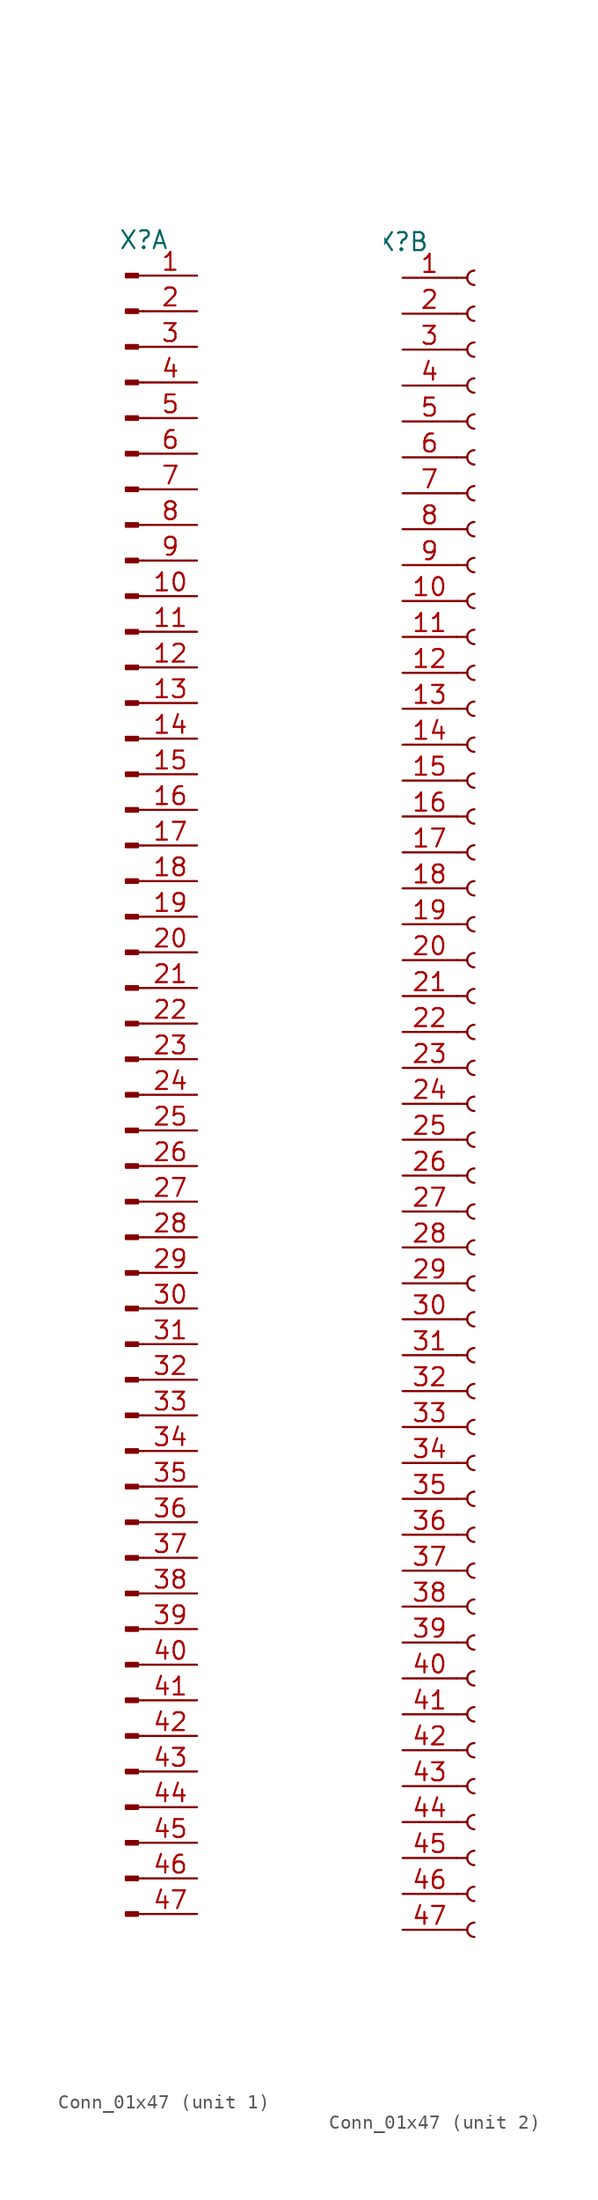
<source format=kicad_sym>
(kicad_symbol_lib
  (version 20241209)
  (generator "kicad_symbol_editor")
  (generator_version "9.0")
  (symbol "Conn_01x47"
    (pin_names
      (offset 1.016)
      (hide yes))
    (property "Reference" "X"
      (at 0 60.96 0)
      (effects (font (size 1.27 1.27))))
    (property "ki_locked" ""
      (at 0 0 0)
      (effects (font (size 1.27 1.27))))
    (symbol "Conn_01x47_1_1"
      (rectangle (start -0.406 58.547) (end -1.27 58.293) (stroke (width 0.152) (type default)) (fill (type outline)))
      (rectangle (start -0.406 56.007) (end -1.27 55.753) (stroke (width 0.152) (type default)) (fill (type outline)))
      (rectangle (start -0.406 53.467) (end -1.27 53.213) (stroke (width 0.152) (type default)) (fill (type outline)))
      (rectangle (start -0.406 50.927) (end -1.27 50.673) (stroke (width 0.152) (type default)) (fill (type outline)))
      (rectangle (start -0.406 48.387) (end -1.27 48.133) (stroke (width 0.152) (type default)) (fill (type outline)))
      (rectangle (start -0.406 45.847) (end -1.27 45.593) (stroke (width 0.152) (type default)) (fill (type outline)))
      (rectangle (start -0.406 43.307) (end -1.27 43.053) (stroke (width 0.152) (type default)) (fill (type outline)))
      (rectangle (start -0.406 40.767) (end -1.27 40.513) (stroke (width 0.152) (type default)) (fill (type outline)))
      (rectangle (start -0.406 38.227) (end -1.27 37.973) (stroke (width 0.152) (type default)) (fill (type outline)))
      (rectangle (start -0.406 35.687) (end -1.27 35.433) (stroke (width 0.152) (type default)) (fill (type outline)))
      (rectangle (start -0.406 33.147) (end -1.27 32.893) (stroke (width 0.152) (type default)) (fill (type outline)))
      (rectangle (start -0.406 30.607) (end -1.27 30.353) (stroke (width 0.152) (type default)) (fill (type outline)))
      (rectangle (start -0.406 28.067) (end -1.27 27.813) (stroke (width 0.152) (type default)) (fill (type outline)))
      (rectangle (start -0.406 25.527) (end -1.27 25.273) (stroke (width 0.152) (type default)) (fill (type outline)))
      (rectangle (start -0.406 22.987) (end -1.27 22.733) (stroke (width 0.152) (type default)) (fill (type outline)))
      (rectangle (start -0.406 20.447) (end -1.27 20.193) (stroke (width 0.152) (type default)) (fill (type outline)))
      (rectangle (start -0.406 17.907) (end -1.27 17.653) (stroke (width 0.152) (type default)) (fill (type outline)))
      (rectangle (start -0.406 15.367) (end -1.27 15.113) (stroke (width 0.152) (type default)) (fill (type outline)))
      (rectangle (start -0.406 12.827) (end -1.27 12.573) (stroke (width 0.152) (type default)) (fill (type outline)))
      (rectangle (start -0.406 10.287) (end -1.27 10.033) (stroke (width 0.152) (type default)) (fill (type outline)))
      (rectangle (start -0.406 7.747) (end -1.27 7.493) (stroke (width 0.152) (type default)) (fill (type outline)))
      (rectangle (start -0.406 5.207) (end -1.27 4.953) (stroke (width 0.152) (type default)) (fill (type outline)))
      (rectangle (start -0.406 2.667) (end -1.27 2.413) (stroke (width 0.152) (type default)) (fill (type outline)))
      (rectangle (start -0.406 0.127) (end -1.27 -0.127) (stroke (width 0.152) (type default)) (fill (type outline)))
      (rectangle (start -0.406 -2.413) (end -1.27 -2.667) (stroke (width 0.152) (type default)) (fill (type outline)))
      (rectangle (start -0.406 -4.953) (end -1.27 -5.207) (stroke (width 0.152) (type default)) (fill (type outline)))
      (rectangle (start -0.406 -7.493) (end -1.27 -7.747) (stroke (width 0.152) (type default)) (fill (type outline)))
      (rectangle (start -0.406 -10.033) (end -1.27 -10.287) (stroke (width 0.152) (type default)) (fill (type outline)))
      (rectangle (start -0.406 -12.573) (end -1.27 -12.827) (stroke (width 0.152) (type default)) (fill (type outline)))
      (rectangle (start -0.406 -15.113) (end -1.27 -15.367) (stroke (width 0.152) (type default)) (fill (type outline)))
      (rectangle (start -0.406 -17.653) (end -1.27 -17.907) (stroke (width 0.152) (type default)) (fill (type outline)))
      (rectangle (start -0.406 -20.193) (end -1.27 -20.447) (stroke (width 0.152) (type default)) (fill (type outline)))
      (rectangle (start -0.406 -22.733) (end -1.27 -22.987) (stroke (width 0.152) (type default)) (fill (type outline)))
      (rectangle (start -0.406 -25.273) (end -1.27 -25.527) (stroke (width 0.152) (type default)) (fill (type outline)))
      (rectangle (start -0.406 -27.813) (end -1.27 -28.067) (stroke (width 0.152) (type default)) (fill (type outline)))
      (rectangle (start -0.406 -30.353) (end -1.27 -30.607) (stroke (width 0.152) (type default)) (fill (type outline)))
      (rectangle (start -0.406 -32.893) (end -1.27 -33.147) (stroke (width 0.152) (type default)) (fill (type outline)))
      (rectangle (start -0.406 -35.433) (end -1.27 -35.687) (stroke (width 0.152) (type default)) (fill (type outline)))
      (rectangle (start -0.406 -37.973) (end -1.27 -38.227) (stroke (width 0.152) (type default)) (fill (type outline)))
      (rectangle (start -0.406 -40.513) (end -1.27 -40.767) (stroke (width 0.152) (type default)) (fill (type outline)))
      (rectangle (start -0.406 -43.053) (end -1.27 -43.307) (stroke (width 0.152) (type default)) (fill (type outline)))
      (rectangle (start -0.406 -45.593) (end -1.27 -45.847) (stroke (width 0.152) (type default)) (fill (type outline)))
      (rectangle (start -0.406 -48.133) (end -1.27 -48.387) (stroke (width 0.152) (type default)) (fill (type outline)))
      (rectangle (start -0.406 -50.673) (end -1.27 -50.927) (stroke (width 0.152) (type default)) (fill (type outline)))
      (rectangle (start -0.406 -53.213) (end -1.27 -53.467) (stroke (width 0.152) (type default)) (fill (type outline)))
      (rectangle (start -0.406 -55.753) (end -1.27 -56.007) (stroke (width 0.152) (type default)) (fill (type outline)))
      (rectangle (start -0.406 -58.293) (end -1.27 -58.547) (stroke (width 0.152) (type default)) (fill (type outline)))
      (polyline (pts (xy 0 58.42) (xy -0.406 58.42)) (stroke (width 0.152) (type default)) (fill (type none)))
      (polyline (pts (xy 0 55.88) (xy -0.406 55.88)) (stroke (width 0.152) (type default)) (fill (type none)))
      (polyline (pts (xy 0 53.34) (xy -0.406 53.34)) (stroke (width 0.152) (type default)) (fill (type none)))
      (polyline (pts (xy 0 50.8) (xy -0.406 50.8)) (stroke (width 0.152) (type default)) (fill (type none)))
      (polyline (pts (xy 0 48.26) (xy -0.406 48.26)) (stroke (width 0.152) (type default)) (fill (type none)))
      (polyline (pts (xy 0 45.72) (xy -0.406 45.72)) (stroke (width 0.152) (type default)) (fill (type none)))
      (polyline (pts (xy 0 43.18) (xy -0.406 43.18)) (stroke (width 0.152) (type default)) (fill (type none)))
      (polyline (pts (xy 0 40.64) (xy -0.406 40.64)) (stroke (width 0.152) (type default)) (fill (type none)))
      (polyline (pts (xy 0 38.1) (xy -0.406 38.1)) (stroke (width 0.152) (type default)) (fill (type none)))
      (polyline (pts (xy 0 35.56) (xy -0.406 35.56)) (stroke (width 0.152) (type default)) (fill (type none)))
      (polyline (pts (xy 0 33.02) (xy -0.406 33.02)) (stroke (width 0.152) (type default)) (fill (type none)))
      (polyline (pts (xy 0 30.48) (xy -0.406 30.48)) (stroke (width 0.152) (type default)) (fill (type none)))
      (polyline (pts (xy 0 27.94) (xy -0.406 27.94)) (stroke (width 0.152) (type default)) (fill (type none)))
      (polyline (pts (xy 0 25.4) (xy -0.406 25.4)) (stroke (width 0.152) (type default)) (fill (type none)))
      (polyline (pts (xy 0 22.86) (xy -0.406 22.86)) (stroke (width 0.152) (type default)) (fill (type none)))
      (polyline (pts (xy 0 20.32) (xy -0.406 20.32)) (stroke (width 0.152) (type default)) (fill (type none)))
      (polyline (pts (xy 0 17.78) (xy -0.406 17.78)) (stroke (width 0.152) (type default)) (fill (type none)))
      (polyline (pts (xy 0 15.24) (xy -0.406 15.24)) (stroke (width 0.152) (type default)) (fill (type none)))
      (polyline (pts (xy 0 12.7) (xy -0.406 12.7)) (stroke (width 0.152) (type default)) (fill (type none)))
      (polyline (pts (xy 0 10.16) (xy -0.406 10.16)) (stroke (width 0.152) (type default)) (fill (type none)))
      (polyline (pts (xy 0 7.62) (xy -0.406 7.62)) (stroke (width 0.152) (type default)) (fill (type none)))
      (polyline (pts (xy 0 5.08) (xy -0.406 5.08)) (stroke (width 0.152) (type default)) (fill (type none)))
      (polyline (pts (xy 0 2.54) (xy -0.406 2.54)) (stroke (width 0.152) (type default)) (fill (type none)))
      (polyline (pts (xy 0 0) (xy -0.406 0)) (stroke (width 0.152) (type default)) (fill (type none)))
      (polyline (pts (xy 0 -2.54) (xy -0.406 -2.54)) (stroke (width 0.152) (type default)) (fill (type none)))
      (polyline (pts (xy 0 -5.08) (xy -0.406 -5.08)) (stroke (width 0.152) (type default)) (fill (type none)))
      (polyline (pts (xy 0 -7.62) (xy -0.406 -7.62)) (stroke (width 0.152) (type default)) (fill (type none)))
      (polyline (pts (xy 0 -10.16) (xy -0.406 -10.16)) (stroke (width 0.152) (type default)) (fill (type none)))
      (polyline (pts (xy 0 -12.7) (xy -0.406 -12.7)) (stroke (width 0.152) (type default)) (fill (type none)))
      (polyline (pts (xy 0 -15.24) (xy -0.406 -15.24)) (stroke (width 0.152) (type default)) (fill (type none)))
      (polyline (pts (xy 0 -17.78) (xy -0.406 -17.78)) (stroke (width 0.152) (type default)) (fill (type none)))
      (polyline (pts (xy 0 -20.32) (xy -0.406 -20.32)) (stroke (width 0.152) (type default)) (fill (type none)))
      (polyline (pts (xy 0 -22.86) (xy -0.406 -22.86)) (stroke (width 0.152) (type default)) (fill (type none)))
      (polyline (pts (xy 0 -25.4) (xy -0.406 -25.4)) (stroke (width 0.152) (type default)) (fill (type none)))
      (polyline (pts (xy 0 -27.94) (xy -0.406 -27.94)) (stroke (width 0.152) (type default)) (fill (type none)))
      (polyline (pts (xy 0 -30.48) (xy -0.406 -30.48)) (stroke (width 0.152) (type default)) (fill (type none)))
      (polyline (pts (xy 0 -33.02) (xy -0.406 -33.02)) (stroke (width 0.152) (type default)) (fill (type none)))
      (polyline (pts (xy 0 -35.56) (xy -0.406 -35.56)) (stroke (width 0.152) (type default)) (fill (type none)))
      (polyline (pts (xy 0 -38.1) (xy -0.406 -38.1)) (stroke (width 0.152) (type default)) (fill (type none)))
      (polyline (pts (xy 0 -40.64) (xy -0.406 -40.64)) (stroke (width 0.152) (type default)) (fill (type none)))
      (polyline (pts (xy 0 -43.18) (xy -0.406 -43.18)) (stroke (width 0.152) (type default)) (fill (type none)))
      (polyline (pts (xy 0 -45.72) (xy -0.406 -45.72)) (stroke (width 0.152) (type default)) (fill (type none)))
      (polyline (pts (xy 0 -48.26) (xy -0.406 -48.26)) (stroke (width 0.152) (type default)) (fill (type none)))
      (polyline (pts (xy 0 -50.8) (xy -0.406 -50.8)) (stroke (width 0.152) (type default)) (fill (type none)))
      (polyline (pts (xy 0 -53.34) (xy -0.406 -53.34)) (stroke (width 0.152) (type default)) (fill (type none)))
      (polyline (pts (xy 0 -55.88) (xy -0.406 -55.88)) (stroke (width 0.152) (type default)) (fill (type none)))
      (polyline (pts (xy 0 -58.42) (xy -0.406 -58.42)) (stroke (width 0.152) (type default)) (fill (type none)))
      (pin passive line (at 3.81 58.42 180) (length 3.81) (name "Pin_1" (effects (font (size 1.27 1.27)))) (number "1" (effects (font (size 1.27 1.27)))))
      (pin passive line (at 3.81 55.88 180) (length 3.81) (name "Pin_2" (effects (font (size 1.27 1.27)))) (number "2" (effects (font (size 1.27 1.27)))))
      (pin passive line (at 3.81 53.34 180) (length 3.81) (name "Pin_3" (effects (font (size 1.27 1.27)))) (number "3" (effects (font (size 1.27 1.27)))))
      (pin passive line (at 3.81 50.8 180) (length 3.81) (name "Pin_4" (effects (font (size 1.27 1.27)))) (number "4" (effects (font (size 1.27 1.27)))))
      (pin passive line (at 3.81 48.26 180) (length 3.81) (name "Pin_5" (effects (font (size 1.27 1.27)))) (number "5" (effects (font (size 1.27 1.27)))))
      (pin passive line (at 3.81 45.72 180) (length 3.81) (name "Pin_6" (effects (font (size 1.27 1.27)))) (number "6" (effects (font (size 1.27 1.27)))))
      (pin passive line (at 3.81 43.18 180) (length 3.81) (name "Pin_7" (effects (font (size 1.27 1.27)))) (number "7" (effects (font (size 1.27 1.27)))))
      (pin passive line (at 3.81 40.64 180) (length 3.81) (name "Pin_8" (effects (font (size 1.27 1.27)))) (number "8" (effects (font (size 1.27 1.27)))))
      (pin passive line (at 3.81 38.1 180) (length 3.81) (name "Pin_9" (effects (font (size 1.27 1.27)))) (number "9" (effects (font (size 1.27 1.27)))))
      (pin passive line (at 3.81 35.56 180) (length 3.81) (name "Pin_10" (effects (font (size 1.27 1.27)))) (number "10" (effects (font (size 1.27 1.27)))))
      (pin passive line (at 3.81 33.02 180) (length 3.81) (name "Pin_11" (effects (font (size 1.27 1.27)))) (number "11" (effects (font (size 1.27 1.27)))))
      (pin passive line (at 3.81 30.48 180) (length 3.81) (name "Pin_12" (effects (font (size 1.27 1.27)))) (number "12" (effects (font (size 1.27 1.27)))))
      (pin passive line (at 3.81 27.94 180) (length 3.81) (name "Pin_13" (effects (font (size 1.27 1.27)))) (number "13" (effects (font (size 1.27 1.27)))))
      (pin passive line (at 3.81 25.4 180) (length 3.81) (name "Pin_14" (effects (font (size 1.27 1.27)))) (number "14" (effects (font (size 1.27 1.27)))))
      (pin passive line (at 3.81 22.86 180) (length 3.81) (name "Pin_15" (effects (font (size 1.27 1.27)))) (number "15" (effects (font (size 1.27 1.27)))))
      (pin passive line (at 3.81 20.32 180) (length 3.81) (name "Pin_16" (effects (font (size 1.27 1.27)))) (number "16" (effects (font (size 1.27 1.27)))))
      (pin passive line (at 3.81 17.78 180) (length 3.81) (name "Pin_17" (effects (font (size 1.27 1.27)))) (number "17" (effects (font (size 1.27 1.27)))))
      (pin passive line (at 3.81 15.24 180) (length 3.81) (name "Pin_18" (effects (font (size 1.27 1.27)))) (number "18" (effects (font (size 1.27 1.27)))))
      (pin passive line (at 3.81 12.7 180) (length 3.81) (name "Pin_19" (effects (font (size 1.27 1.27)))) (number "19" (effects (font (size 1.27 1.27)))))
      (pin passive line (at 3.81 10.16 180) (length 3.81) (name "Pin_20" (effects (font (size 1.27 1.27)))) (number "20" (effects (font (size 1.27 1.27)))))
      (pin passive line (at 3.81 7.62 180) (length 3.81) (name "Pin_21" (effects (font (size 1.27 1.27)))) (number "21" (effects (font (size 1.27 1.27)))))
      (pin passive line (at 3.81 5.08 180) (length 3.81) (name "Pin_22" (effects (font (size 1.27 1.27)))) (number "22" (effects (font (size 1.27 1.27)))))
      (pin passive line (at 3.81 2.54 180) (length 3.81) (name "Pin_23" (effects (font (size 1.27 1.27)))) (number "23" (effects (font (size 1.27 1.27)))))
      (pin passive line (at 3.81 0 180) (length 3.81) (name "Pin_24" (effects (font (size 1.27 1.27)))) (number "24" (effects (font (size 1.27 1.27)))))
      (pin passive line (at 3.81 -2.54 180) (length 3.81) (name "Pin_25" (effects (font (size 1.27 1.27)))) (number "25" (effects (font (size 1.27 1.27)))))
      (pin passive line (at 3.81 -5.08 180) (length 3.81) (name "Pin_26" (effects (font (size 1.27 1.27)))) (number "26" (effects (font (size 1.27 1.27)))))
      (pin passive line (at 3.81 -7.62 180) (length 3.81) (name "Pin_27" (effects (font (size 1.27 1.27)))) (number "27" (effects (font (size 1.27 1.27)))))
      (pin passive line (at 3.81 -10.16 180) (length 3.81) (name "Pin_28" (effects (font (size 1.27 1.27)))) (number "28" (effects (font (size 1.27 1.27)))))
      (pin passive line (at 3.81 -12.7 180) (length 3.81) (name "Pin_29" (effects (font (size 1.27 1.27)))) (number "29" (effects (font (size 1.27 1.27)))))
      (pin passive line (at 3.81 -15.24 180) (length 3.81) (name "Pin_30" (effects (font (size 1.27 1.27)))) (number "30" (effects (font (size 1.27 1.27)))))
      (pin passive line (at 3.81 -17.78 180) (length 3.81) (name "Pin_31" (effects (font (size 1.27 1.27)))) (number "31" (effects (font (size 1.27 1.27)))))
      (pin passive line (at 3.81 -20.32 180) (length 3.81) (name "Pin_32" (effects (font (size 1.27 1.27)))) (number "32" (effects (font (size 1.27 1.27)))))
      (pin passive line (at 3.81 -22.86 180) (length 3.81) (name "Pin_33" (effects (font (size 1.27 1.27)))) (number "33" (effects (font (size 1.27 1.27)))))
      (pin passive line (at 3.81 -25.4 180) (length 3.81) (name "Pin_34" (effects (font (size 1.27 1.27)))) (number "34" (effects (font (size 1.27 1.27)))))
      (pin passive line (at 3.81 -27.94 180) (length 3.81) (name "Pin_35" (effects (font (size 1.27 1.27)))) (number "35" (effects (font (size 1.27 1.27)))))
      (pin passive line (at 3.81 -30.48 180) (length 3.81) (name "Pin_36" (effects (font (size 1.27 1.27)))) (number "36" (effects (font (size 1.27 1.27)))))
      (pin passive line (at 3.81 -33.02 180) (length 3.81) (name "Pin_37" (effects (font (size 1.27 1.27)))) (number "37" (effects (font (size 1.27 1.27)))))
      (pin passive line (at 3.81 -35.56 180) (length 3.81) (name "Pin_38" (effects (font (size 1.27 1.27)))) (number "38" (effects (font (size 1.27 1.27)))))
      (pin passive line (at 3.81 -38.1 180) (length 3.81) (name "Pin_39" (effects (font (size 1.27 1.27)))) (number "39" (effects (font (size 1.27 1.27)))))
      (pin passive line (at 3.81 -40.64 180) (length 3.81) (name "Pin_40" (effects (font (size 1.27 1.27)))) (number "40" (effects (font (size 1.27 1.27)))))
      (pin passive line (at 3.81 -43.18 180) (length 3.81) (name "Pin_41" (effects (font (size 1.27 1.27)))) (number "41" (effects (font (size 1.27 1.27)))))
      (pin passive line (at 3.81 -45.72 180) (length 3.81) (name "Pin_42" (effects (font (size 1.27 1.27)))) (number "42" (effects (font (size 1.27 1.27)))))
      (pin passive line (at 3.81 -48.26 180) (length 3.81) (name "Pin_43" (effects (font (size 1.27 1.27)))) (number "43" (effects (font (size 1.27 1.27)))))
      (pin passive line (at 3.81 -50.8 180) (length 3.81) (name "Pin_44" (effects (font (size 1.27 1.27)))) (number "44" (effects (font (size 1.27 1.27)))))
      (pin passive line (at 3.81 -53.34 180) (length 3.81) (name "Pin_45" (effects (font (size 1.27 1.27)))) (number "45" (effects (font (size 1.27 1.27)))))
      (pin passive line (at 3.81 -55.88 180) (length 3.81) (name "Pin_46" (effects (font (size 1.27 1.27)))) (number "46" (effects (font (size 1.27 1.27)))))
      (pin passive line (at 3.81 -58.42 180) (length 3.81) (name "Pin_47" (effects (font (size 1.27 1.27)))) (number "47" (effects (font (size 1.27 1.27))))))
    (symbol "Conn_01x47_2_1"
      (polyline (pts (xy 3.81 58.42) (xy 4.572 58.42)) (stroke (width 0.152) (type default)) (fill (type none)))
      (polyline (pts (xy 3.81 55.88) (xy 4.572 55.88)) (stroke (width 0.152) (type default)) (fill (type none)))
      (polyline (pts (xy 3.81 53.34) (xy 4.572 53.34)) (stroke (width 0.152) (type default)) (fill (type none)))
      (polyline (pts (xy 3.81 50.8) (xy 4.572 50.8)) (stroke (width 0.152) (type default)) (fill (type none)))
      (polyline (pts (xy 3.81 48.26) (xy 4.572 48.26)) (stroke (width 0.152) (type default)) (fill (type none)))
      (polyline (pts (xy 3.81 45.72) (xy 4.572 45.72)) (stroke (width 0.152) (type default)) (fill (type none)))
      (polyline (pts (xy 3.81 43.18) (xy 4.572 43.18)) (stroke (width 0.152) (type default)) (fill (type none)))
      (polyline (pts (xy 3.81 40.64) (xy 4.572 40.64)) (stroke (width 0.152) (type default)) (fill (type none)))
      (polyline (pts (xy 3.81 38.1) (xy 4.572 38.1)) (stroke (width 0.152) (type default)) (fill (type none)))
      (polyline (pts (xy 3.81 35.56) (xy 4.572 35.56)) (stroke (width 0.152) (type default)) (fill (type none)))
      (polyline (pts (xy 3.81 33.02) (xy 4.572 33.02)) (stroke (width 0.152) (type default)) (fill (type none)))
      (polyline (pts (xy 3.81 30.48) (xy 4.572 30.48)) (stroke (width 0.152) (type default)) (fill (type none)))
      (polyline (pts (xy 3.81 27.94) (xy 4.572 27.94)) (stroke (width 0.152) (type default)) (fill (type none)))
      (polyline (pts (xy 3.81 25.4) (xy 4.572 25.4)) (stroke (width 0.152) (type default)) (fill (type none)))
      (polyline (pts (xy 3.81 22.86) (xy 4.572 22.86)) (stroke (width 0.152) (type default)) (fill (type none)))
      (polyline (pts (xy 3.81 20.32) (xy 4.572 20.32)) (stroke (width 0.152) (type default)) (fill (type none)))
      (polyline (pts (xy 3.81 17.78) (xy 4.572 17.78)) (stroke (width 0.152) (type default)) (fill (type none)))
      (polyline (pts (xy 3.81 15.24) (xy 4.572 15.24)) (stroke (width 0.152) (type default)) (fill (type none)))
      (polyline (pts (xy 3.81 12.7) (xy 4.572 12.7)) (stroke (width 0.152) (type default)) (fill (type none)))
      (polyline (pts (xy 3.81 10.16) (xy 4.572 10.16)) (stroke (width 0.152) (type default)) (fill (type none)))
      (polyline (pts (xy 3.81 7.62) (xy 4.572 7.62)) (stroke (width 0.152) (type default)) (fill (type none)))
      (polyline (pts (xy 3.81 5.08) (xy 4.572 5.08)) (stroke (width 0.152) (type default)) (fill (type none)))
      (polyline (pts (xy 3.81 2.54) (xy 4.572 2.54)) (stroke (width 0.152) (type default)) (fill (type none)))
      (polyline (pts (xy 3.81 0) (xy 4.572 0)) (stroke (width 0.152) (type default)) (fill (type none)))
      (polyline (pts (xy 3.81 -2.54) (xy 4.572 -2.54)) (stroke (width 0.152) (type default)) (fill (type none)))
      (polyline (pts (xy 3.81 -5.08) (xy 4.572 -5.08)) (stroke (width 0.152) (type default)) (fill (type none)))
      (polyline (pts (xy 3.81 -7.62) (xy 4.572 -7.62)) (stroke (width 0.152) (type default)) (fill (type none)))
      (polyline (pts (xy 3.81 -10.16) (xy 4.572 -10.16)) (stroke (width 0.152) (type default)) (fill (type none)))
      (polyline (pts (xy 3.81 -12.7) (xy 4.572 -12.7)) (stroke (width 0.152) (type default)) (fill (type none)))
      (polyline (pts (xy 3.81 -15.24) (xy 4.572 -15.24)) (stroke (width 0.152) (type default)) (fill (type none)))
      (polyline (pts (xy 3.81 -17.78) (xy 4.572 -17.78)) (stroke (width 0.152) (type default)) (fill (type none)))
      (polyline (pts (xy 3.81 -20.32) (xy 4.572 -20.32)) (stroke (width 0.152) (type default)) (fill (type none)))
      (polyline (pts (xy 3.81 -22.86) (xy 4.572 -22.86)) (stroke (width 0.152) (type default)) (fill (type none)))
      (polyline (pts (xy 3.81 -25.4) (xy 4.572 -25.4)) (stroke (width 0.152) (type default)) (fill (type none)))
      (polyline (pts (xy 3.81 -27.94) (xy 4.572 -27.94)) (stroke (width 0.152) (type default)) (fill (type none)))
      (polyline (pts (xy 3.81 -30.48) (xy 4.572 -30.48)) (stroke (width 0.152) (type default)) (fill (type none)))
      (polyline (pts (xy 3.81 -33.02) (xy 4.572 -33.02)) (stroke (width 0.152) (type default)) (fill (type none)))
      (polyline (pts (xy 3.81 -35.56) (xy 4.572 -35.56)) (stroke (width 0.152) (type default)) (fill (type none)))
      (polyline (pts (xy 3.81 -38.1) (xy 4.572 -38.1)) (stroke (width 0.152) (type default)) (fill (type none)))
      (polyline (pts (xy 3.81 -40.64) (xy 4.572 -40.64)) (stroke (width 0.152) (type default)) (fill (type none)))
      (polyline (pts (xy 3.81 -43.18) (xy 4.572 -43.18)) (stroke (width 0.152) (type default)) (fill (type none)))
      (polyline (pts (xy 3.81 -45.72) (xy 4.572 -45.72)) (stroke (width 0.152) (type default)) (fill (type none)))
      (polyline (pts (xy 3.81 -48.26) (xy 4.572 -48.26)) (stroke (width 0.152) (type default)) (fill (type none)))
      (polyline (pts (xy 3.81 -50.8) (xy 4.572 -50.8)) (stroke (width 0.152) (type default)) (fill (type none)))
      (polyline (pts (xy 3.81 -53.34) (xy 4.572 -53.34)) (stroke (width 0.152) (type default)) (fill (type none)))
      (polyline (pts (xy 3.81 -55.88) (xy 4.572 -55.88)) (stroke (width 0.152) (type default)) (fill (type none)))
      (polyline (pts (xy 3.81 -58.42) (xy 4.572 -58.42)) (stroke (width 0.152) (type default)) (fill (type none)))
      (arc (start 5.08 57.912) (mid 4.5742 58.42) (end 5.08 58.928) (stroke (width 0.1524) (type default)) (fill (type none)))
      (arc (start 5.08 55.372) (mid 4.5742 55.88) (end 5.08 56.388) (stroke (width 0.1524) (type default)) (fill (type none)))
      (arc (start 5.08 52.832) (mid 4.5742 53.34) (end 5.08 53.848) (stroke (width 0.1524) (type default)) (fill (type none)))
      (arc (start 5.08 50.292) (mid 4.5742 50.8) (end 5.08 51.308) (stroke (width 0.1524) (type default)) (fill (type none)))
      (arc (start 5.08 47.752) (mid 4.5742 48.26) (end 5.08 48.768) (stroke (width 0.1524) (type default)) (fill (type none)))
      (arc (start 5.08 45.212) (mid 4.5742 45.72) (end 5.08 46.228) (stroke (width 0.1524) (type default)) (fill (type none)))
      (arc (start 5.08 42.672) (mid 4.5742 43.18) (end 5.08 43.688) (stroke (width 0.1524) (type default)) (fill (type none)))
      (arc (start 5.08 40.132) (mid 4.5742 40.64) (end 5.08 41.148) (stroke (width 0.1524) (type default)) (fill (type none)))
      (arc (start 5.08 37.592) (mid 4.5742 38.1) (end 5.08 38.608) (stroke (width 0.1524) (type default)) (fill (type none)))
      (arc (start 5.08 35.052) (mid 4.5742 35.56) (end 5.08 36.068) (stroke (width 0.1524) (type default)) (fill (type none)))
      (arc (start 5.08 32.512) (mid 4.5742 33.02) (end 5.08 33.528) (stroke (width 0.1524) (type default)) (fill (type none)))
      (arc (start 5.08 29.972) (mid 4.5742 30.48) (end 5.08 30.988) (stroke (width 0.1524) (type default)) (fill (type none)))
      (arc (start 5.08 27.432) (mid 4.5742 27.94) (end 5.08 28.448) (stroke (width 0.1524) (type default)) (fill (type none)))
      (arc (start 5.08 24.892) (mid 4.5742 25.4) (end 5.08 25.908) (stroke (width 0.1524) (type default)) (fill (type none)))
      (arc (start 5.08 22.352) (mid 4.5742 22.86) (end 5.08 23.368) (stroke (width 0.1524) (type default)) (fill (type none)))
      (arc (start 5.08 19.812) (mid 4.5742 20.32) (end 5.08 20.828) (stroke (width 0.1524) (type default)) (fill (type none)))
      (arc (start 5.08 17.272) (mid 4.5742 17.78) (end 5.08 18.288) (stroke (width 0.1524) (type default)) (fill (type none)))
      (arc (start 5.08 14.732) (mid 4.5742 15.24) (end 5.08 15.748) (stroke (width 0.1524) (type default)) (fill (type none)))
      (arc (start 5.08 12.192) (mid 4.5742 12.7) (end 5.08 13.208) (stroke (width 0.1524) (type default)) (fill (type none)))
      (arc (start 5.08 9.652) (mid 4.5742 10.16) (end 5.08 10.668) (stroke (width 0.1524) (type default)) (fill (type none)))
      (arc (start 5.08 7.112) (mid 4.5742 7.62) (end 5.08 8.128) (stroke (width 0.1524) (type default)) (fill (type none)))
      (arc (start 5.08 4.572) (mid 4.5742 5.08) (end 5.08 5.588) (stroke (width 0.1524) (type default)) (fill (type none)))
      (arc (start 5.08 2.032) (mid 4.5742 2.54) (end 5.08 3.048) (stroke (width 0.1524) (type default)) (fill (type none)))
      (arc (start 5.08 -0.508) (mid 4.5742 0) (end 5.08 0.508) (stroke (width 0.1524) (type default)) (fill (type none)))
      (arc (start 5.08 -3.048) (mid 4.5742 -2.54) (end 5.08 -2.032) (stroke (width 0.1524) (type default)) (fill (type none)))
      (arc (start 5.08 -5.588) (mid 4.5742 -5.08) (end 5.08 -4.572) (stroke (width 0.1524) (type default)) (fill (type none)))
      (arc (start 5.08 -8.128) (mid 4.5742 -7.62) (end 5.08 -7.112) (stroke (width 0.1524) (type default)) (fill (type none)))
      (arc (start 5.08 -10.668) (mid 4.5742 -10.16) (end 5.08 -9.652) (stroke (width 0.1524) (type default)) (fill (type none)))
      (arc (start 5.08 -13.208) (mid 4.5742 -12.7) (end 5.08 -12.192) (stroke (width 0.1524) (type default)) (fill (type none)))
      (arc (start 5.08 -15.748) (mid 4.5742 -15.24) (end 5.08 -14.732) (stroke (width 0.1524) (type default)) (fill (type none)))
      (arc (start 5.08 -18.288) (mid 4.5742 -17.78) (end 5.08 -17.272) (stroke (width 0.1524) (type default)) (fill (type none)))
      (arc (start 5.08 -20.828) (mid 4.5742 -20.32) (end 5.08 -19.812) (stroke (width 0.1524) (type default)) (fill (type none)))
      (arc (start 5.08 -23.368) (mid 4.5742 -22.86) (end 5.08 -22.352) (stroke (width 0.1524) (type default)) (fill (type none)))
      (arc (start 5.08 -25.908) (mid 4.5742 -25.4) (end 5.08 -24.892) (stroke (width 0.1524) (type default)) (fill (type none)))
      (arc (start 5.08 -28.448) (mid 4.5742 -27.94) (end 5.08 -27.432) (stroke (width 0.1524) (type default)) (fill (type none)))
      (arc (start 5.08 -30.988) (mid 4.5742 -30.48) (end 5.08 -29.972) (stroke (width 0.1524) (type default)) (fill (type none)))
      (arc (start 5.08 -33.528) (mid 4.5742 -33.02) (end 5.08 -32.512) (stroke (width 0.1524) (type default)) (fill (type none)))
      (arc (start 5.08 -36.068) (mid 4.5742 -35.56) (end 5.08 -35.052) (stroke (width 0.1524) (type default)) (fill (type none)))
      (arc (start 5.08 -38.608) (mid 4.5742 -38.1) (end 5.08 -37.592) (stroke (width 0.1524) (type default)) (fill (type none)))
      (arc (start 5.08 -41.148) (mid 4.5742 -40.64) (end 5.08 -40.132) (stroke (width 0.1524) (type default)) (fill (type none)))
      (arc (start 5.08 -43.688) (mid 4.5742 -43.18) (end 5.08 -42.672) (stroke (width 0.1524) (type default)) (fill (type none)))
      (arc (start 5.08 -46.228) (mid 4.5742 -45.72) (end 5.08 -45.212) (stroke (width 0.1524) (type default)) (fill (type none)))
      (arc (start 5.08 -48.768) (mid 4.5742 -48.26) (end 5.08 -47.752) (stroke (width 0.1524) (type default)) (fill (type none)))
      (arc (start 5.08 -51.308) (mid 4.5742 -50.8) (end 5.08 -50.292) (stroke (width 0.1524) (type default)) (fill (type none)))
      (arc (start 5.08 -53.848) (mid 4.5742 -53.34) (end 5.08 -52.832) (stroke (width 0.1524) (type default)) (fill (type none)))
      (arc (start 5.08 -56.388) (mid 4.5742 -55.88) (end 5.08 -55.372) (stroke (width 0.1524) (type default)) (fill (type none)))
      (arc (start 5.08 -58.928) (mid 4.5742 -58.42) (end 5.08 -57.912) (stroke (width 0.1524) (type default)) (fill (type none)))
      (pin passive line (at 0 58.42 0) (length 3.81) (name "Pin_1" (effects (font (size 1.27 1.27)))) (number "1" (effects (font (size 1.27 1.27)))))
      (pin passive line (at 0 55.88 0) (length 3.81) (name "Pin_2" (effects (font (size 1.27 1.27)))) (number "2" (effects (font (size 1.27 1.27)))))
      (pin passive line (at 0 53.34 0) (length 3.81) (name "Pin_3" (effects (font (size 1.27 1.27)))) (number "3" (effects (font (size 1.27 1.27)))))
      (pin passive line (at 0 50.8 0) (length 3.81) (name "Pin_4" (effects (font (size 1.27 1.27)))) (number "4" (effects (font (size 1.27 1.27)))))
      (pin passive line (at 0 48.26 0) (length 3.81) (name "Pin_5" (effects (font (size 1.27 1.27)))) (number "5" (effects (font (size 1.27 1.27)))))
      (pin passive line (at 0 45.72 0) (length 3.81) (name "Pin_6" (effects (font (size 1.27 1.27)))) (number "6" (effects (font (size 1.27 1.27)))))
      (pin passive line (at 0 43.18 0) (length 3.81) (name "Pin_7" (effects (font (size 1.27 1.27)))) (number "7" (effects (font (size 1.27 1.27)))))
      (pin passive line (at 0 40.64 0) (length 3.81) (name "Pin_8" (effects (font (size 1.27 1.27)))) (number "8" (effects (font (size 1.27 1.27)))))
      (pin passive line (at 0 38.1 0) (length 3.81) (name "Pin_9" (effects (font (size 1.27 1.27)))) (number "9" (effects (font (size 1.27 1.27)))))
      (pin passive line (at 0 35.56 0) (length 3.81) (name "Pin_10" (effects (font (size 1.27 1.27)))) (number "10" (effects (font (size 1.27 1.27)))))
      (pin passive line (at 0 33.02 0) (length 3.81) (name "Pin_11" (effects (font (size 1.27 1.27)))) (number "11" (effects (font (size 1.27 1.27)))))
      (pin passive line (at 0 30.48 0) (length 3.81) (name "Pin_12" (effects (font (size 1.27 1.27)))) (number "12" (effects (font (size 1.27 1.27)))))
      (pin passive line (at 0 27.94 0) (length 3.81) (name "Pin_13" (effects (font (size 1.27 1.27)))) (number "13" (effects (font (size 1.27 1.27)))))
      (pin passive line (at 0 25.4 0) (length 3.81) (name "Pin_14" (effects (font (size 1.27 1.27)))) (number "14" (effects (font (size 1.27 1.27)))))
      (pin passive line (at 0 22.86 0) (length 3.81) (name "Pin_15" (effects (font (size 1.27 1.27)))) (number "15" (effects (font (size 1.27 1.27)))))
      (pin passive line (at 0 20.32 0) (length 3.81) (name "Pin_16" (effects (font (size 1.27 1.27)))) (number "16" (effects (font (size 1.27 1.27)))))
      (pin passive line (at 0 17.78 0) (length 3.81) (name "Pin_17" (effects (font (size 1.27 1.27)))) (number "17" (effects (font (size 1.27 1.27)))))
      (pin passive line (at 0 15.24 0) (length 3.81) (name "Pin_18" (effects (font (size 1.27 1.27)))) (number "18" (effects (font (size 1.27 1.27)))))
      (pin passive line (at 0 12.7 0) (length 3.81) (name "Pin_19" (effects (font (size 1.27 1.27)))) (number "19" (effects (font (size 1.27 1.27)))))
      (pin passive line (at 0 10.16 0) (length 3.81) (name "Pin_20" (effects (font (size 1.27 1.27)))) (number "20" (effects (font (size 1.27 1.27)))))
      (pin passive line (at 0 7.62 0) (length 3.81) (name "Pin_21" (effects (font (size 1.27 1.27)))) (number "21" (effects (font (size 1.27 1.27)))))
      (pin passive line (at 0 5.08 0) (length 3.81) (name "Pin_22" (effects (font (size 1.27 1.27)))) (number "22" (effects (font (size 1.27 1.27)))))
      (pin passive line (at 0 2.54 0) (length 3.81) (name "Pin_23" (effects (font (size 1.27 1.27)))) (number "23" (effects (font (size 1.27 1.27)))))
      (pin passive line (at 0 0 0) (length 3.81) (name "Pin_24" (effects (font (size 1.27 1.27)))) (number "24" (effects (font (size 1.27 1.27)))))
      (pin passive line (at 0 -2.54 0) (length 3.81) (name "Pin_25" (effects (font (size 1.27 1.27)))) (number "25" (effects (font (size 1.27 1.27)))))
      (pin passive line (at 0 -5.08 0) (length 3.81) (name "Pin_26" (effects (font (size 1.27 1.27)))) (number "26" (effects (font (size 1.27 1.27)))))
      (pin passive line (at 0 -7.62 0) (length 3.81) (name "Pin_27" (effects (font (size 1.27 1.27)))) (number "27" (effects (font (size 1.27 1.27)))))
      (pin passive line (at 0 -10.16 0) (length 3.81) (name "Pin_28" (effects (font (size 1.27 1.27)))) (number "28" (effects (font (size 1.27 1.27)))))
      (pin passive line (at 0 -12.7 0) (length 3.81) (name "Pin_29" (effects (font (size 1.27 1.27)))) (number "29" (effects (font (size 1.27 1.27)))))
      (pin passive line (at 0 -15.24 0) (length 3.81) (name "Pin_30" (effects (font (size 1.27 1.27)))) (number "30" (effects (font (size 1.27 1.27)))))
      (pin passive line (at 0 -17.78 0) (length 3.81) (name "Pin_31" (effects (font (size 1.27 1.27)))) (number "31" (effects (font (size 1.27 1.27)))))
      (pin passive line (at 0 -20.32 0) (length 3.81) (name "Pin_32" (effects (font (size 1.27 1.27)))) (number "32" (effects (font (size 1.27 1.27)))))
      (pin passive line (at 0 -22.86 0) (length 3.81) (name "Pin_33" (effects (font (size 1.27 1.27)))) (number "33" (effects (font (size 1.27 1.27)))))
      (pin passive line (at 0 -25.4 0) (length 3.81) (name "Pin_34" (effects (font (size 1.27 1.27)))) (number "34" (effects (font (size 1.27 1.27)))))
      (pin passive line (at 0 -27.94 0) (length 3.81) (name "Pin_35" (effects (font (size 1.27 1.27)))) (number "35" (effects (font (size 1.27 1.27)))))
      (pin passive line (at 0 -30.48 0) (length 3.81) (name "Pin_36" (effects (font (size 1.27 1.27)))) (number "36" (effects (font (size 1.27 1.27)))))
      (pin passive line (at 0 -33.02 0) (length 3.81) (name "Pin_37" (effects (font (size 1.27 1.27)))) (number "37" (effects (font (size 1.27 1.27)))))
      (pin passive line (at 0 -35.56 0) (length 3.81) (name "Pin_38" (effects (font (size 1.27 1.27)))) (number "38" (effects (font (size 1.27 1.27)))))
      (pin passive line (at 0 -38.1 0) (length 3.81) (name "Pin_39" (effects (font (size 1.27 1.27)))) (number "39" (effects (font (size 1.27 1.27)))))
      (pin passive line (at 0 -40.64 0) (length 3.81) (name "Pin_40" (effects (font (size 1.27 1.27)))) (number "40" (effects (font (size 1.27 1.27)))))
      (pin passive line (at 0 -43.18 0) (length 3.81) (name "Pin_41" (effects (font (size 1.27 1.27)))) (number "41" (effects (font (size 1.27 1.27)))))
      (pin passive line (at 0 -45.72 0) (length 3.81) (name "Pin_42" (effects (font (size 1.27 1.27)))) (number "42" (effects (font (size 1.27 1.27)))))
      (pin passive line (at 0 -48.26 0) (length 3.81) (name "Pin_43" (effects (font (size 1.27 1.27)))) (number "43" (effects (font (size 1.27 1.27)))))
      (pin passive line (at 0 -50.8 0) (length 3.81) (name "Pin_44" (effects (font (size 1.27 1.27)))) (number "44" (effects (font (size 1.27 1.27)))))
      (pin passive line (at 0 -53.34 0) (length 3.81) (name "Pin_45" (effects (font (size 1.27 1.27)))) (number "45" (effects (font (size 1.27 1.27)))))
      (pin passive line (at 0 -55.88 0) (length 3.81) (name "Pin_46" (effects (font (size 1.27 1.27)))) (number "46" (effects (font (size 1.27 1.27)))))
      (pin passive line (at 0 -58.42 0) (length 3.81) (name "Pin_47" (effects (font (size 1.27 1.27)))) (number "47" (effects (font (size 1.27 1.27))))))))
</source>
